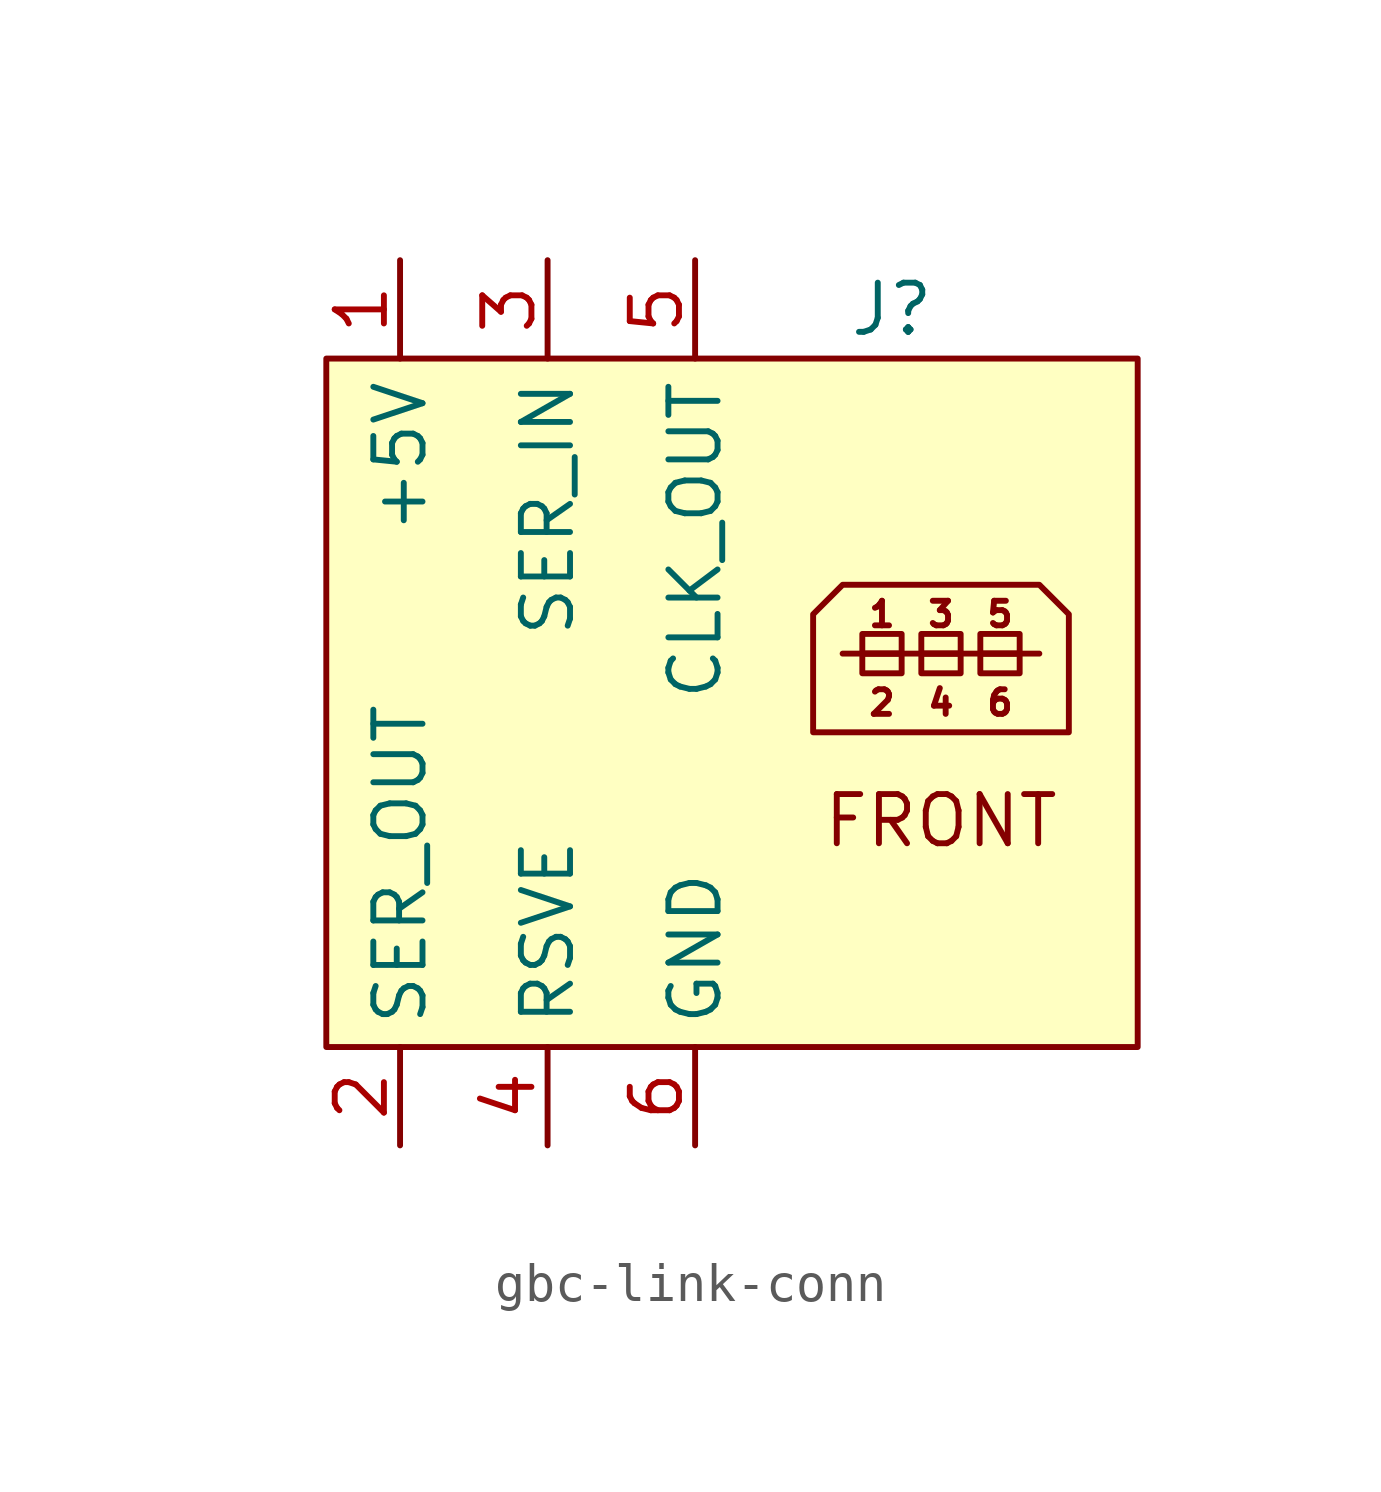
<source format=kicad_sym>
(kicad_symbol_lib
  (version 20220914)
  (generator kicad_symbol_editor)
  (symbol "gbc-link-conn"
    (property "Reference" "J"
      (at 8.89 10.16 0)
      (effects (font (size 1.27 1.27))))
    (property "Value" ""
      (at -7.62 -8.89 0)
      (effects (font (size 1.27 1.27))))
    (symbol "gbc-link-conn_1_1"
      (rectangle (start -5.715 8.89) (end 15.24 -8.89) (stroke (width 0) (type default)) (fill (type background)))
      (polyline (pts (xy 7.62 1.27) (xy 12.7 1.27)) (stroke (width 0) (type default)) (fill (type none)))
      (polyline (pts (xy 7.62 3.048) (xy 12.7 3.048) (xy 13.462 2.286) (xy 13.462 -0.762) (xy 6.858 -0.762) (xy 6.858 2.286) (xy 7.62 3.048)) (stroke (width 0) (type default)) (fill (type none)))
      (rectangle (start 8.128 1.27) (end 9.144 0.762) (stroke (width 0) (type default)) (fill (type none)))
      (rectangle (start 8.128 1.778) (end 9.144 1.27) (stroke (width 0) (type default)) (fill (type none)))
      (rectangle (start 9.652 1.27) (end 10.668 0.762) (stroke (width 0) (type default)) (fill (type none)))
      (rectangle (start 9.652 1.778) (end 10.668 1.27) (stroke (width 0) (type default)) (fill (type none)))
      (rectangle (start 11.176 1.27) (end 12.192 0.762) (stroke (width 0) (type default)) (fill (type none)))
      (rectangle (start 11.176 1.778) (end 12.192 1.27) (stroke (width 0) (type default)) (fill (type none)))
      (text "1" (at 8.636 2.286 0) (effects (font (size 0.635 0.635))))
      (text "2" (at 8.636 0 0) (effects (font (size 0.635 0.635))))
      (text "3" (at 10.16 2.286 0) (effects (font (size 0.635 0.635))))
      (text "4" (at 10.16 0 0) (effects (font (size 0.635 0.635))))
      (text "5" (at 11.684 2.286 0) (effects (font (size 0.635 0.635))))
      (text "6" (at 11.684 0 0) (effects (font (size 0.635 0.635))))
      (text "FRONT\n" (at 10.16 -3.048 0) (effects (font (size 1.27 1.27))))
      (pin input line (at -3.81 11.43 270) (length 2.54) (name "+5V" (effects (font (size 1.27 1.27)))) (number "1" (effects (font (size 1.27 1.27)))))
      (pin input line (at -3.81 -11.43 90) (length 2.54) (name "SER_OUT" (effects (font (size 1.27 1.27)))) (number "2" (effects (font (size 1.27 1.27)))))
      (pin input line (at 0 11.43 270) (length 2.54) (name "SER_IN" (effects (font (size 1.27 1.27)))) (number "3" (effects (font (size 1.27 1.27)))))
      (pin input line (at 0 -11.43 90) (length 2.54) (name "RSVE" (effects (font (size 1.27 1.27)))) (number "4" (effects (font (size 1.27 1.27)))))
      (pin input line (at 3.81 11.43 270) (length 2.54) (name "CLK_OUT" (effects (font (size 1.27 1.27)))) (number "5" (effects (font (size 1.27 1.27)))))
      (pin input line (at 3.81 -11.43 90) (length 2.54) (name "GND" (effects (font (size 1.27 1.27)))) (number "6" (effects (font (size 1.27 1.27))))))))
</source>
